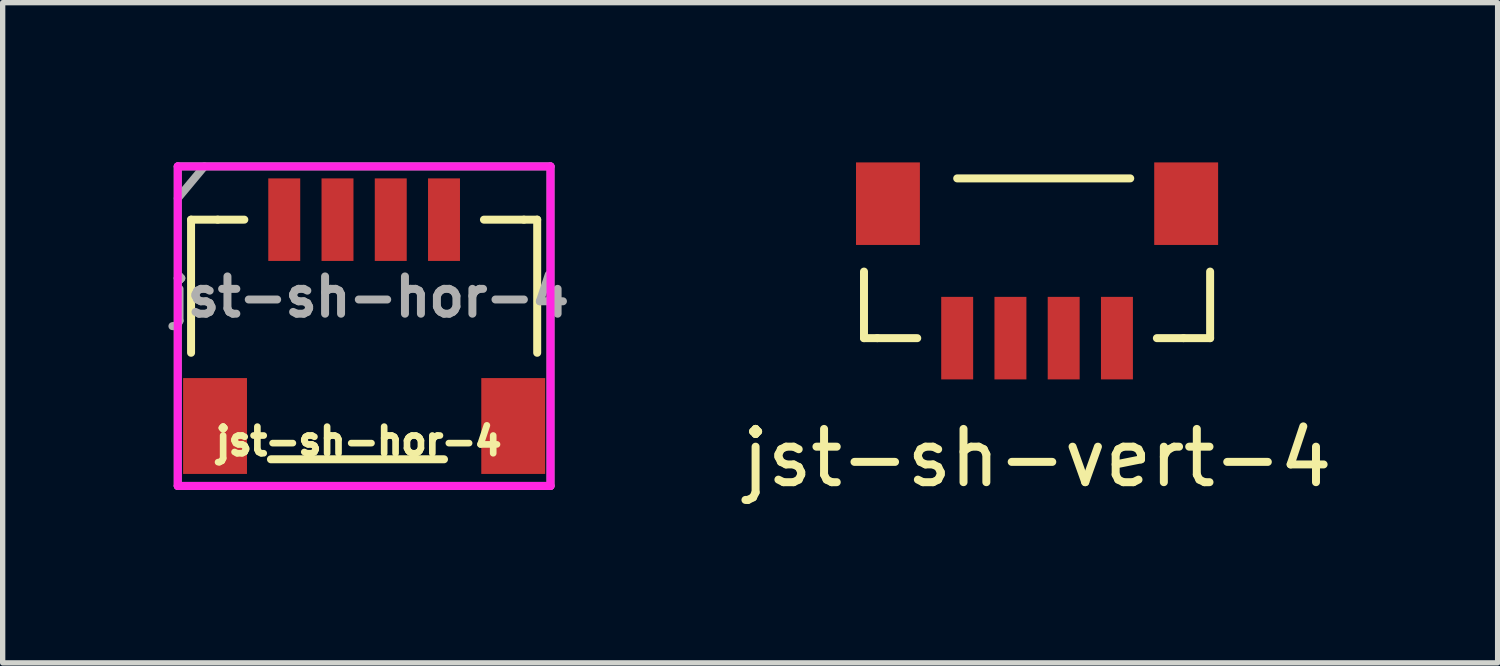
<source format=kicad_pcb>
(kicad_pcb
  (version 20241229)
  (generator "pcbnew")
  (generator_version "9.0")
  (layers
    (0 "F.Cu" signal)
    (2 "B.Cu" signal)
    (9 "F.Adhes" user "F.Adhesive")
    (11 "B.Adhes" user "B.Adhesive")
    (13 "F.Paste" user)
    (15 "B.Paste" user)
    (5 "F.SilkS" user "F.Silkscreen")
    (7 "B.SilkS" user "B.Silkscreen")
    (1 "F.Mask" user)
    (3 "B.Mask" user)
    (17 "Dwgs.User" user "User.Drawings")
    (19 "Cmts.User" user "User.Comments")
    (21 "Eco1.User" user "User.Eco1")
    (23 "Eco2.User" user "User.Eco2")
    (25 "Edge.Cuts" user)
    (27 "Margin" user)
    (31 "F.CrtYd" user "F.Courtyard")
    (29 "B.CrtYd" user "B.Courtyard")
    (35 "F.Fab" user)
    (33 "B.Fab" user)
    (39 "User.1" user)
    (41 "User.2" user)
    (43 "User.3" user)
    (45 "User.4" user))
  (footprint "jst-sh-hor-4"
    (layer "F.Cu")
    (at 3.788 1.075)
    (property "Reference" "jst-sh-hor-4" (at -0.1 4.162 0) (layer "F.SilkS") (effects (font (size 0.5 0.5) (thickness 0.125))))
    (attr through_hole)
    (fp_line (start -3.25 0) (end -2.75 0) (stroke (width 0.15) (type solid)) (layer "F.SilkS"))
    (fp_line (start -3.25 2.5) (end -3.25 0) (stroke (width 0.15) (type solid)) (layer "F.SilkS"))
    (fp_line (start -2.75 0) (end -2.25 0) (stroke (width 0.15) (type solid)) (layer "F.SilkS"))
    (fp_line (start -1.75 4.5) (end 1.5 4.5) (stroke (width 0.15) (type solid)) (layer "F.SilkS"))
    (fp_line (start 2.25 0) (end 3 0) (stroke (width 0.15) (type solid)) (layer "F.SilkS"))
    (fp_line (start 3 0) (end 3.25 0) (stroke (width 0.15) (type solid)) (layer "F.SilkS"))
    (fp_line (start 3.25 0) (end 3.25 2.5) (stroke (width 0.15) (type solid)) (layer "F.SilkS"))
    (fp_line (start -3.5 -1) (end -3.5 5) (stroke (width 0.15) (type solid)) (layer "F.CrtYd"))
    (fp_line (start -3.5 5) (end 3.5 5) (stroke (width 0.15) (type solid)) (layer "F.CrtYd"))
    (fp_line (start 3.5 -1) (end -3.5 -1) (stroke (width 0.15) (type solid)) (layer "F.CrtYd"))
    (fp_line (start 3.5 5) (end 3.5 -1) (stroke (width 0.15) (type solid)) (layer "F.CrtYd"))
    (fp_line (start -3.5 -1) (end -3.5 5) (stroke (width 0.15) (type solid)) (layer "F.Fab"))
    (fp_line (start -3.5 -0.4) (end -3 -1) (stroke (width 0.15) (type solid)) (layer "F.Fab"))
    (fp_line (start -3.5 5) (end 3.5 5) (stroke (width 0.15) (type solid)) (layer "F.Fab"))
    (fp_line (start 3.5 -1) (end -3.5 -1) (stroke (width 0.15) (type solid)) (layer "F.Fab"))
    (fp_line (start 3.5 5) (end 3.5 -1) (stroke (width 0.15) (type solid)) (layer "F.Fab"))
    (fp_text user "${REFERENCE}" (at 0.1 1.45 0) (layer "F.Fab") (effects (font (size 0.7 0.7) (thickness 0.15))))
    (pad "" smd rect (at -2.8 3.875 180) (size 1.2 1.8) (layers "F.Cu" "F.Mask" "F.Paste"))
    (pad "" smd rect (at 2.8 3.875 180) (size 1.2 1.8) (layers "F.Cu" "F.Mask" "F.Paste"))
    (pad "1" smd rect (at -1.5 0) (size 0.6 1.55) (layers "F.Cu" "F.Mask" "F.Paste"))
    (pad "2" smd rect (at -0.5 0 180) (size 0.6 1.55) (layers "F.Cu" "F.Mask" "F.Paste"))
    (pad "3" smd rect (at 0.5 0 180) (size 0.6 1.55) (layers "F.Cu" "F.Mask" "F.Paste"))
    (pad "4" smd rect (at 1.5 0 180) (size 0.6 1.55) (layers "F.Cu" "F.Mask" "F.Paste")))
  (footprint "jst-sh-vert-4"
    (layer "F.Cu")
    (at 16.425 3.3)
    (property "Reference" "jst-sh-vert-4" (at 0 2.25 0) (layer "F.SilkS") (effects (font (size 1 1) (thickness 0.15))))
    (attr through_hole)
    (fp_line (start -3.25 0) (end -3.25 -1.25) (stroke (width 0.15) (type solid)) (layer "F.SilkS"))
    (fp_line (start -3 0) (end -3.25 0) (stroke (width 0.15) (type solid)) (layer "F.SilkS"))
    (fp_line (start -2.25 0) (end -3 0) (stroke (width 0.15) (type solid)) (layer "F.SilkS"))
    (fp_line (start 1.75 -3) (end -1.5 -3) (stroke (width 0.15) (type solid)) (layer "F.SilkS"))
    (fp_line (start 2.75 0) (end 2.25 0) (stroke (width 0.15) (type solid)) (layer "F.SilkS"))
    (fp_line (start 3.25 -1.25) (end 3.25 0) (stroke (width 0.15) (type solid)) (layer "F.SilkS"))
    (fp_line (start 3.25 0) (end 2.75 0) (stroke (width 0.15) (type solid)) (layer "F.SilkS"))
    (pad "" smd rect (at -2.8 -2.525) (size 1.2 1.55) (layers "F.Cu" "F.Mask" "F.Paste"))
    (pad "" smd rect (at 2.8 -2.525) (size 1.2 1.55) (layers "F.Cu" "F.Mask" "F.Paste"))
    (pad "1" smd rect (at -1.5 0) (size 0.6 1.55) (layers "F.Cu" "F.Mask" "F.Paste"))
    (pad "2" smd rect (at -0.5 0) (size 0.6 1.55) (layers "F.Cu" "F.Mask" "F.Paste"))
    (pad "3" smd rect (at 0.5 0) (size 0.6 1.55) (layers "F.Cu" "F.Mask" "F.Paste"))
    (pad "4" smd rect (at 1.5 0) (size 0.6 1.55) (layers "F.Cu" "F.Mask" "F.Paste")))
  (gr_rect
    (start -3 -3)
    (end 25.074 9.398)
    (stroke (width 0.1) (type default))
    (fill no)
    (layer "Edge.Cuts")))
</source>
